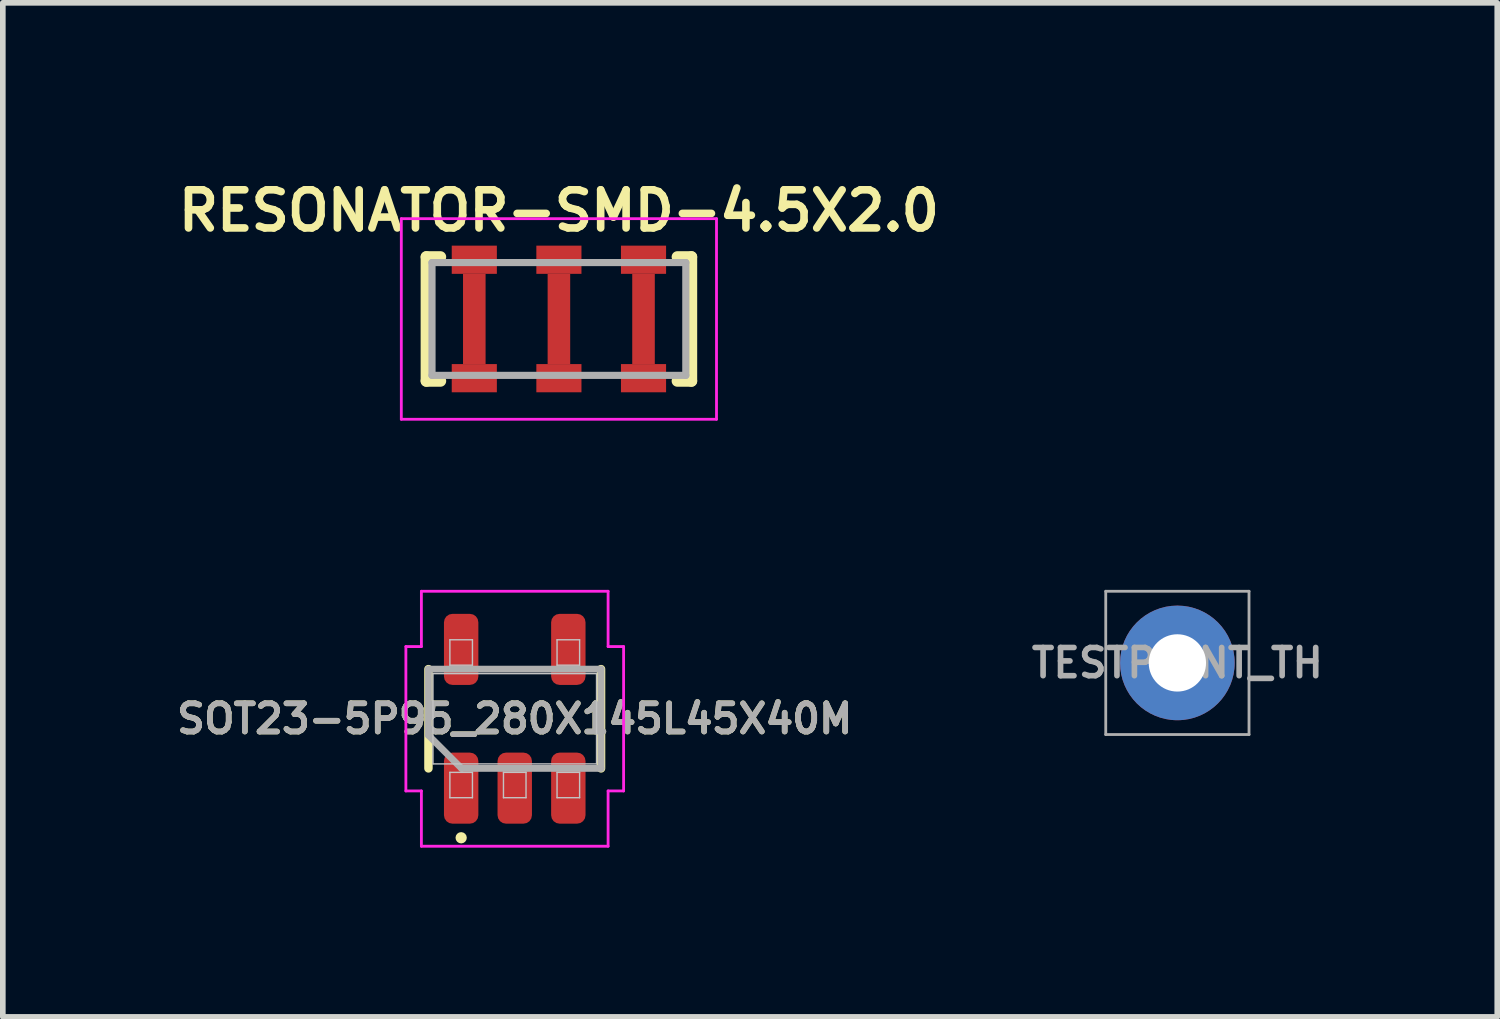
<source format=kicad_pcb>
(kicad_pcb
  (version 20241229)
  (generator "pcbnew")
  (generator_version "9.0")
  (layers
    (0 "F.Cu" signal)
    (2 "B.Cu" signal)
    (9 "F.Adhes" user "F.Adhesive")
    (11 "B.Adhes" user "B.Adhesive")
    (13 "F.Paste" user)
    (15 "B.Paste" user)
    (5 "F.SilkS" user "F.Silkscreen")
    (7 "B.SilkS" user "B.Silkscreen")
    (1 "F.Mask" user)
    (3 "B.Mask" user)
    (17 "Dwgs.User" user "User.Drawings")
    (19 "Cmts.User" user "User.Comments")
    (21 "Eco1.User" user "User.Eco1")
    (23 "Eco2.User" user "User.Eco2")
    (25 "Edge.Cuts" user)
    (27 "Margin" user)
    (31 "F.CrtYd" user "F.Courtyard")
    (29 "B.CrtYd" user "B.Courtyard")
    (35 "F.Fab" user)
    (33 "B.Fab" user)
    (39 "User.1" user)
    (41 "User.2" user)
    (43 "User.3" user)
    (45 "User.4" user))
  (footprint "SOT23-5P95_280X145L45X40M"
    (layer "F.Cu")
    (at 6.076 9.693)
    (property "Reference" "SOT23-5P95_280X145L45X40M" (at 0 0 0) (layer "F.SilkS") (effects (font (size 0.5 0.5) (thickness 0.1))))
    (attr smd)
    (fp_line (start -1.53 0.88) (end -1.53 -0.88) (stroke (width 0.15) (type solid)) (layer "F.SilkS"))
    (fp_line (start 1.53 0.88) (end 1.53 -0.88) (stroke (width 0.15) (type solid)) (layer "F.SilkS"))
    (fp_circle (center -0.95 2.11) (end -0.95 2.16) (stroke (width 0.1) (type solid)) (fill no) (layer "F.SilkS"))
    (fp_line (start -1.45 -0.8) (end 1.45 -0.8) (stroke (width 0.025) (type solid)) (layer "Dwgs.User"))
    (fp_line (start -1.45 0.8) (end -1.45 -0.8) (stroke (width 0.025) (type solid)) (layer "Dwgs.User"))
    (fp_line (start -1.15 -1.4) (end -0.75 -1.4) (stroke (width 0.025) (type solid)) (layer "Dwgs.User"))
    (fp_line (start -1.15 -0.95) (end -1.15 -1.4) (stroke (width 0.025) (type solid)) (layer "Dwgs.User"))
    (fp_line (start -1.15 0.95) (end -0.75 0.95) (stroke (width 0.025) (type solid)) (layer "Dwgs.User"))
    (fp_line (start -1.15 1.4) (end -1.15 0.95) (stroke (width 0.025) (type solid)) (layer "Dwgs.User"))
    (fp_line (start -0.75 -1.4) (end -0.75 -0.95) (stroke (width 0.025) (type solid)) (layer "Dwgs.User"))
    (fp_line (start -0.75 -0.95) (end -1.15 -0.95) (stroke (width 0.025) (type solid)) (layer "Dwgs.User"))
    (fp_line (start -0.75 0.95) (end -0.75 1.4) (stroke (width 0.025) (type solid)) (layer "Dwgs.User"))
    (fp_line (start -0.75 1.4) (end -1.15 1.4) (stroke (width 0.025) (type solid)) (layer "Dwgs.User"))
    (fp_line (start -0.2 0.95) (end 0.2 0.95) (stroke (width 0.025) (type solid)) (layer "Dwgs.User"))
    (fp_line (start -0.2 1.4) (end -0.2 0.95) (stroke (width 0.025) (type solid)) (layer "Dwgs.User"))
    (fp_line (start 0.2 0.95) (end 0.2 1.4) (stroke (width 0.025) (type solid)) (layer "Dwgs.User"))
    (fp_line (start 0.2 1.4) (end -0.2 1.4) (stroke (width 0.025) (type solid)) (layer "Dwgs.User"))
    (fp_line (start 0.75 -1.4) (end 1.15 -1.4) (stroke (width 0.025) (type solid)) (layer "Dwgs.User"))
    (fp_line (start 0.75 -0.95) (end 0.75 -1.4) (stroke (width 0.025) (type solid)) (layer "Dwgs.User"))
    (fp_line (start 0.75 0.95) (end 1.15 0.95) (stroke (width 0.025) (type solid)) (layer "Dwgs.User"))
    (fp_line (start 0.75 1.4) (end 0.75 0.95) (stroke (width 0.025) (type solid)) (layer "Dwgs.User"))
    (fp_line (start 1.15 -1.4) (end 1.15 -0.95) (stroke (width 0.025) (type solid)) (layer "Dwgs.User"))
    (fp_line (start 1.15 -0.95) (end 0.75 -0.95) (stroke (width 0.025) (type solid)) (layer "Dwgs.User"))
    (fp_line (start 1.15 0.95) (end 1.15 1.4) (stroke (width 0.025) (type solid)) (layer "Dwgs.User"))
    (fp_line (start 1.15 1.4) (end 0.75 1.4) (stroke (width 0.025) (type solid)) (layer "Dwgs.User"))
    (fp_line (start 1.45 -0.8) (end 1.45 0.8) (stroke (width 0.025) (type solid)) (layer "Dwgs.User"))
    (fp_line (start 1.45 0.8) (end -1.45 0.8) (stroke (width 0.025) (type solid)) (layer "Dwgs.User"))
    (fp_line (start -1.93 -1.28) (end -1.93 1.28) (stroke (width 0.05) (type solid)) (layer "F.CrtYd"))
    (fp_line (start -1.93 1.28) (end -1.655 1.28) (stroke (width 0.05) (type solid)) (layer "F.CrtYd"))
    (fp_line (start -1.655 -2.26) (end -1.655 -1.28) (stroke (width 0.05) (type solid)) (layer "F.CrtYd"))
    (fp_line (start -1.655 -1.28) (end -1.93 -1.28) (stroke (width 0.05) (type solid)) (layer "F.CrtYd"))
    (fp_line (start -1.655 1.28) (end -1.655 2.26) (stroke (width 0.05) (type solid)) (layer "F.CrtYd"))
    (fp_line (start -1.655 2.26) (end 1.655 2.26) (stroke (width 0.05) (type solid)) (layer "F.CrtYd"))
    (fp_line (start 1.655 -2.26) (end -1.655 -2.26) (stroke (width 0.05) (type solid)) (layer "F.CrtYd"))
    (fp_line (start 1.655 -1.28) (end 1.655 -2.26) (stroke (width 0.05) (type solid)) (layer "F.CrtYd"))
    (fp_line (start 1.655 1.28) (end 1.93 1.28) (stroke (width 0.05) (type solid)) (layer "F.CrtYd"))
    (fp_line (start 1.655 2.26) (end 1.655 1.28) (stroke (width 0.05) (type solid)) (layer "F.CrtYd"))
    (fp_line (start 1.93 -1.28) (end 1.655 -1.28) (stroke (width 0.05) (type solid)) (layer "F.CrtYd"))
    (fp_line (start 1.93 1.28) (end 1.93 -1.28) (stroke (width 0.05) (type solid)) (layer "F.CrtYd"))
    (fp_line (start -1.53 -0.88) (end 1.53 -0.88) (stroke (width 0.12) (type solid)) (layer "F.Fab"))
    (fp_line (start -1.53 0.293) (end -1.53 -0.88) (stroke (width 0.12) (type solid)) (layer "F.Fab"))
    (fp_line (start -0.943 0.88) (end -1.53 0.293) (stroke (width 0.12) (type solid)) (layer "F.Fab"))
    (fp_line (start 1.53 -0.88) (end 1.53 0.88) (stroke (width 0.12) (type solid)) (layer "F.Fab"))
    (fp_line (start 1.53 0.88) (end -0.943 0.88) (stroke (width 0.12) (type solid)) (layer "F.Fab"))
    (fp_text user "${REFERENCE}" (at 0 0 0) (layer "F.Fab") (effects (font (size 0.5 0.5) (thickness 0.1))))
    (pad "1" smd roundrect (at -0.95 1.23 90) (size 1.26 0.61) (layers "F.Cu" "F.Mask" "F.Paste") (roundrect_rratio 0.246))
    (pad "2" smd roundrect (at 0 1.23 90) (size 1.26 0.61) (layers "F.Cu" "F.Mask" "F.Paste") (roundrect_rratio 0.246))
    (pad "3" smd roundrect (at 0.95 1.23 90) (size 1.26 0.61) (layers "F.Cu" "F.Mask" "F.Paste") (roundrect_rratio 0.246))
    (pad "4" smd roundrect (at 0.95 -1.23 90) (size 1.26 0.61) (layers "F.Cu" "F.Mask" "F.Paste") (roundrect_rratio 0.246))
    (pad "5" smd roundrect (at -0.95 -1.23 90) (size 1.26 0.61) (layers "F.Cu" "F.Mask" "F.Paste") (roundrect_rratio 0.246)))
  (footprint "RESONATOR-SMD-4.5X2.0"
    (layer "F.Cu")
    (at 6.859 2.605)
    (property "Reference" "RESONATOR-SMD-4.5X2.0" (at 0 -1.524 180) (layer "F.SilkS") (effects (font (size 0.676 0.676) (thickness 0.135)) (justify bottom)))
    (attr smd)
    (fp_poly (pts (xy -1.9 -0.8) (xy -1.1 -0.8) (xy -1.1 -1.3) (xy -1.9 -1.3)) (stroke (width 0) (type solid)) (fill yes) (layer "F.Cu"))
    (fp_poly (pts (xy -1.9 1.3) (xy -1.1 1.3) (xy -1.1 0.8) (xy -1.9 0.8)) (stroke (width 0) (type solid)) (fill yes) (layer "F.Cu"))
    (fp_poly (pts (xy -0.4 -0.8) (xy 0.4 -0.8) (xy 0.4 -1.3) (xy -0.4 -1.3)) (stroke (width 0) (type solid)) (fill yes) (layer "F.Cu"))
    (fp_poly (pts (xy -0.4 1.3) (xy 0.4 1.3) (xy 0.4 0.8) (xy -0.4 0.8)) (stroke (width 0) (type solid)) (fill yes) (layer "F.Cu"))
    (fp_poly (pts (xy 1.1 -0.8) (xy 1.9 -0.8) (xy 1.9 -1.3) (xy 1.1 -1.3)) (stroke (width 0) (type solid)) (fill yes) (layer "F.Cu"))
    (fp_poly (pts (xy 1.1 1.3) (xy 1.9 1.3) (xy 1.9 0.8) (xy 1.1 0.8)) (stroke (width 0) (type solid)) (fill yes) (layer "F.Cu"))
    (fp_poly (pts (xy -2 -0.7) (xy -1 -0.7) (xy -1 -1.4) (xy -2 -1.4)) (stroke (width 0) (type solid)) (fill yes) (layer "F.Mask"))
    (fp_poly (pts (xy -2 1.4) (xy -1 1.4) (xy -1 0.7) (xy -2 0.7)) (stroke (width 0) (type solid)) (fill yes) (layer "F.Mask"))
    (fp_poly (pts (xy -0.5 -0.7) (xy 0.5 -0.7) (xy 0.5 -1.4) (xy -0.5 -1.4)) (stroke (width 0) (type solid)) (fill yes) (layer "F.Mask"))
    (fp_poly (pts (xy -0.5 1.4) (xy 0.5 1.4) (xy 0.5 0.7) (xy -0.5 0.7)) (stroke (width 0) (type solid)) (fill yes) (layer "F.Mask"))
    (fp_poly (pts (xy 1 -0.7) (xy 2 -0.7) (xy 2 -1.4) (xy 1 -1.4)) (stroke (width 0) (type solid)) (fill yes) (layer "F.Mask"))
    (fp_poly (pts (xy 1 1.4) (xy 2 1.4) (xy 2 0.7) (xy 1 0.7)) (stroke (width 0) (type solid)) (fill yes) (layer "F.Mask"))
    (fp_line (start -2.35 1.1) (end -2.35 -1.1) (stroke (width 0.203) (type solid)) (layer "F.SilkS"))
    (fp_line (start -2.1 -1.1) (end -2.35 -1.1) (stroke (width 0.203) (type solid)) (layer "F.SilkS"))
    (fp_line (start -2.1 1.1) (end -2.35 1.1) (stroke (width 0.203) (type solid)) (layer "F.SilkS"))
    (fp_line (start 2.35 -1.1) (end 2.1 -1.1) (stroke (width 0.203) (type solid)) (layer "F.SilkS"))
    (fp_line (start 2.35 1.1) (end 2.1 1.1) (stroke (width 0.203) (type solid)) (layer "F.SilkS"))
    (fp_line (start 2.35 1.1) (end 2.35 -1.1) (stroke (width 0.203) (type solid)) (layer "F.SilkS"))
    (fp_poly (pts (xy -1.9 -0.8) (xy -1.1 -0.8) (xy -1.1 -1.3) (xy -1.9 -1.3)) (stroke (width 0) (type solid)) (fill yes) (layer "F.Paste"))
    (fp_poly (pts (xy -1.9 1.3) (xy -1.1 1.3) (xy -1.1 0.8) (xy -1.9 0.8)) (stroke (width 0) (type solid)) (fill yes) (layer "F.Paste"))
    (fp_poly (pts (xy -0.4 -0.8) (xy 0.4 -0.8) (xy 0.4 -1.3) (xy -0.4 -1.3)) (stroke (width 0) (type solid)) (fill yes) (layer "F.Paste"))
    (fp_poly (pts (xy -0.4 1.3) (xy 0.4 1.3) (xy 0.4 0.8) (xy -0.4 0.8)) (stroke (width 0) (type solid)) (fill yes) (layer "F.Paste"))
    (fp_poly (pts (xy 1.1 -0.8) (xy 1.9 -0.8) (xy 1.9 -1.3) (xy 1.1 -1.3)) (stroke (width 0) (type solid)) (fill yes) (layer "F.Paste"))
    (fp_poly (pts (xy 1.1 1.3) (xy 1.9 1.3) (xy 1.9 0.8) (xy 1.1 0.8)) (stroke (width 0) (type solid)) (fill yes) (layer "F.Paste"))
    (fp_line (start -2.794 -1.778) (end 2.794 -1.778) (stroke (width 0.05) (type solid)) (layer "F.CrtYd"))
    (fp_line (start -2.794 1.778) (end -2.794 -1.778) (stroke (width 0.05) (type solid)) (layer "F.CrtYd"))
    (fp_line (start 2.794 -1.778) (end 2.794 1.778) (stroke (width 0.05) (type solid)) (layer "F.CrtYd"))
    (fp_line (start 2.794 1.778) (end -2.794 1.778) (stroke (width 0.05) (type solid)) (layer "F.CrtYd"))
    (fp_line (start -2.25 -1) (end 2.25 -1) (stroke (width 0.127) (type solid)) (layer "F.Fab"))
    (fp_line (start -2.25 1) (end -2.25 -1) (stroke (width 0.127) (type solid)) (layer "F.Fab"))
    (fp_line (start 2.25 -1) (end 2.25 1) (stroke (width 0.127) (type solid)) (layer "F.Fab"))
    (fp_line (start 2.25 1) (end -2.25 1) (stroke (width 0.127) (type solid)) (layer "F.Fab"))
    (pad "1" smd rect (at -1.5 0) (size 0.4 1.6) (layers "F.Cu" "F.Mask" "F.Paste"))
    (pad "2" smd rect (at 0 0) (size 0.4 1.6) (layers "F.Cu" "F.Mask" "F.Paste"))
    (pad "3" smd rect (at 1.5 0) (size 0.4 1.6) (layers "F.Cu" "F.Mask" "F.Paste")))
  (footprint "TESTPOINT_TH"
    (layer "F.Cu")
    (at 17.824 8.703)
    (property "Reference" "TESTPOINT_TH" (at 0 0 0) (layer "F.Fab") (effects (font (size 0.5 0.5) (thickness 0.1))))
    (attr through_hole)
    (fp_line (start -1.27 -1.27) (end -1.27 1.27) (stroke (width 0.05) (type solid)) (layer "F.Fab"))
    (fp_line (start -1.27 -1.27) (end 1.27 -1.27) (stroke (width 0.05) (type solid)) (layer "F.Fab"))
    (fp_line (start 1.27 -1.27) (end 1.27 1.27) (stroke (width 0.05) (type solid)) (layer "F.Fab"))
    (fp_line (start 1.27 1.27) (end -1.27 1.27) (stroke (width 0.05) (type solid)) (layer "F.Fab"))
    (pad "1" thru_hole oval (at 0 0) (size 2.032 2.032) (drill 1.016) (layers "*.Cu" "*.Mask")))
  (gr_rect
    (start -3 -3)
    (end 23.495 14.978)
    (stroke (width 0.1) (type default))
    (fill no)
    (layer "Edge.Cuts")))
</source>
